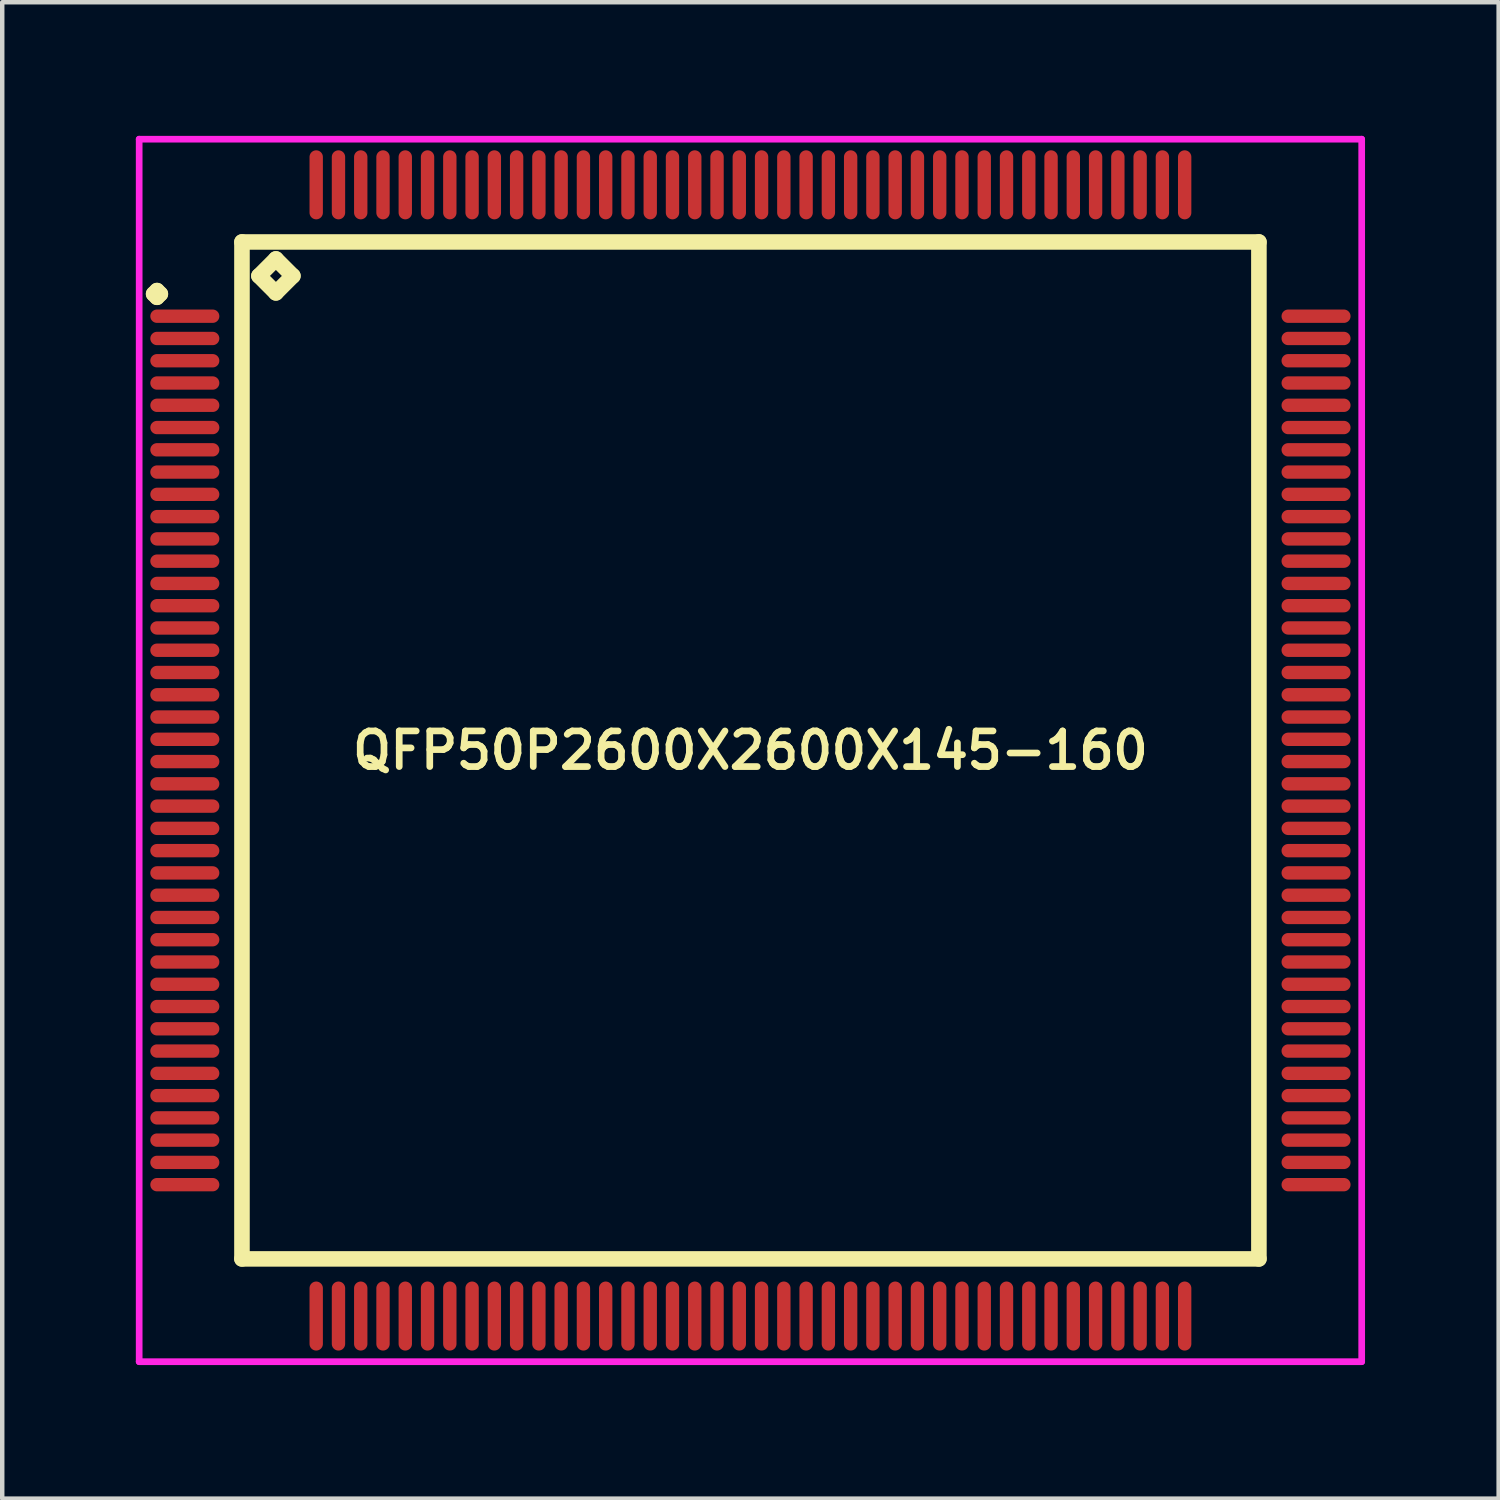
<source format=kicad_pcb>
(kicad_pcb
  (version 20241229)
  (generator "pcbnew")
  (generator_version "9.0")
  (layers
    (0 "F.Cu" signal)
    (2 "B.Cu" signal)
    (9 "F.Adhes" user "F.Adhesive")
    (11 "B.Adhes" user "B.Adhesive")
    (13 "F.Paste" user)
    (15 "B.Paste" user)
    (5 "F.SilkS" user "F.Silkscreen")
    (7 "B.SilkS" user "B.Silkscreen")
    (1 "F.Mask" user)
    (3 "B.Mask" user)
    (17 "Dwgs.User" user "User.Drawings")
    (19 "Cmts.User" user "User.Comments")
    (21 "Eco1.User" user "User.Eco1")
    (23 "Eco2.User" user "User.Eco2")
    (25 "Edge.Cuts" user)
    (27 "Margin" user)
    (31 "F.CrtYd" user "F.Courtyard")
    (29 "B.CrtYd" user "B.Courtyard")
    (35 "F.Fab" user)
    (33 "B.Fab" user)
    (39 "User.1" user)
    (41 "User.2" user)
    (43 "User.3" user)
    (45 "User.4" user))
  (footprint "QFP50P2600X2600X145-160"
    (layer "F.Cu")
    (at 13.8 13.8)
    (property "Reference" "QFP50P2600X2600X145-160" (at 0 0 0) (layer "F.SilkS") (effects (font (size 0.8 0.8) (thickness 0.15))))
    (attr smd)
    (fp_line (start -13.4 -10.25) (end -13.325 -10.325) (stroke (width 0.35) (type solid)) (layer "F.SilkS"))
    (fp_line (start -13.325 -10.325) (end -13.25 -10.25) (stroke (width 0.35) (type solid)) (layer "F.SilkS"))
    (fp_line (start -13.325 -10.175) (end -13.4 -10.25) (stroke (width 0.35) (type solid)) (layer "F.SilkS"))
    (fp_line (start -13.25 -10.25) (end -13.325 -10.175) (stroke (width 0.35) (type solid)) (layer "F.SilkS"))
    (fp_line (start -11.417 -11.417) (end -11.417 11.417) (stroke (width 0.35) (type solid)) (layer "F.SilkS"))
    (fp_line (start -11.417 11.417) (end 11.417 11.417) (stroke (width 0.35) (type solid)) (layer "F.SilkS"))
    (fp_line (start -11.036 -10.655) (end -10.655 -11.036) (stroke (width 0.35) (type solid)) (layer "F.SilkS"))
    (fp_line (start -10.655 -11.036) (end -10.274 -10.655) (stroke (width 0.35) (type solid)) (layer "F.SilkS"))
    (fp_line (start -10.655 -10.274) (end -11.036 -10.655) (stroke (width 0.35) (type solid)) (layer "F.SilkS"))
    (fp_line (start -10.274 -10.655) (end -10.655 -10.274) (stroke (width 0.35) (type solid)) (layer "F.SilkS"))
    (fp_line (start 11.417 -11.417) (end -11.417 -11.417) (stroke (width 0.35) (type solid)) (layer "F.SilkS"))
    (fp_line (start 11.417 11.417) (end 11.417 -11.417) (stroke (width 0.35) (type solid)) (layer "F.SilkS"))
    (fp_line (start -13.725 -13.725) (end 13.725 -13.725) (stroke (width 0.15) (type solid)) (layer "F.CrtYd"))
    (fp_line (start -13.725 13.725) (end -13.725 -13.725) (stroke (width 0.15) (type solid)) (layer "F.CrtYd"))
    (fp_line (start 13.725 -13.725) (end 13.725 13.725) (stroke (width 0.15) (type solid)) (layer "F.CrtYd"))
    (fp_line (start 13.725 13.725) (end -13.725 13.725) (stroke (width 0.15) (type solid)) (layer "F.CrtYd"))
    (pad "1" smd oval (at -12.7 -9.75) (size 1.55 0.3) (layers "F.Cu" "F.Mask" "F.Paste"))
    (pad "2" smd oval (at -12.7 -9.25) (size 1.55 0.3) (layers "F.Cu" "F.Mask" "F.Paste"))
    (pad "3" smd oval (at -12.7 -8.75) (size 1.55 0.3) (layers "F.Cu" "F.Mask" "F.Paste"))
    (pad "4" smd oval (at -12.7 -8.25) (size 1.55 0.3) (layers "F.Cu" "F.Mask" "F.Paste"))
    (pad "5" smd oval (at -12.7 -7.75) (size 1.55 0.3) (layers "F.Cu" "F.Mask" "F.Paste"))
    (pad "6" smd oval (at -12.7 -7.25) (size 1.55 0.3) (layers "F.Cu" "F.Mask" "F.Paste"))
    (pad "7" smd oval (at -12.7 -6.75) (size 1.55 0.3) (layers "F.Cu" "F.Mask" "F.Paste"))
    (pad "8" smd oval (at -12.7 -6.25) (size 1.55 0.3) (layers "F.Cu" "F.Mask" "F.Paste"))
    (pad "9" smd oval (at -12.7 -5.75) (size 1.55 0.3) (layers "F.Cu" "F.Mask" "F.Paste"))
    (pad "10" smd oval (at -12.7 -5.25) (size 1.55 0.3) (layers "F.Cu" "F.Mask" "F.Paste"))
    (pad "11" smd oval (at -12.7 -4.75) (size 1.55 0.3) (layers "F.Cu" "F.Mask" "F.Paste"))
    (pad "12" smd oval (at -12.7 -4.25) (size 1.55 0.3) (layers "F.Cu" "F.Mask" "F.Paste"))
    (pad "13" smd oval (at -12.7 -3.75) (size 1.55 0.3) (layers "F.Cu" "F.Mask" "F.Paste"))
    (pad "14" smd oval (at -12.7 -3.25) (size 1.55 0.3) (layers "F.Cu" "F.Mask" "F.Paste"))
    (pad "15" smd oval (at -12.7 -2.75) (size 1.55 0.3) (layers "F.Cu" "F.Mask" "F.Paste"))
    (pad "16" smd oval (at -12.7 -2.25) (size 1.55 0.3) (layers "F.Cu" "F.Mask" "F.Paste"))
    (pad "17" smd oval (at -12.7 -1.75) (size 1.55 0.3) (layers "F.Cu" "F.Mask" "F.Paste"))
    (pad "18" smd oval (at -12.7 -1.25) (size 1.55 0.3) (layers "F.Cu" "F.Mask" "F.Paste"))
    (pad "19" smd oval (at -12.7 -0.75) (size 1.55 0.3) (layers "F.Cu" "F.Mask" "F.Paste"))
    (pad "20" smd oval (at -12.7 -0.25) (size 1.55 0.3) (layers "F.Cu" "F.Mask" "F.Paste"))
    (pad "21" smd oval (at -12.7 0.25) (size 1.55 0.3) (layers "F.Cu" "F.Mask" "F.Paste"))
    (pad "22" smd oval (at -12.7 0.75) (size 1.55 0.3) (layers "F.Cu" "F.Mask" "F.Paste"))
    (pad "23" smd oval (at -12.7 1.25) (size 1.55 0.3) (layers "F.Cu" "F.Mask" "F.Paste"))
    (pad "24" smd oval (at -12.7 1.75) (size 1.55 0.3) (layers "F.Cu" "F.Mask" "F.Paste"))
    (pad "25" smd oval (at -12.7 2.25) (size 1.55 0.3) (layers "F.Cu" "F.Mask" "F.Paste"))
    (pad "26" smd oval (at -12.7 2.75) (size 1.55 0.3) (layers "F.Cu" "F.Mask" "F.Paste"))
    (pad "27" smd oval (at -12.7 3.25) (size 1.55 0.3) (layers "F.Cu" "F.Mask" "F.Paste"))
    (pad "28" smd oval (at -12.7 3.75) (size 1.55 0.3) (layers "F.Cu" "F.Mask" "F.Paste"))
    (pad "29" smd oval (at -12.7 4.25) (size 1.55 0.3) (layers "F.Cu" "F.Mask" "F.Paste"))
    (pad "30" smd oval (at -12.7 4.75) (size 1.55 0.3) (layers "F.Cu" "F.Mask" "F.Paste"))
    (pad "31" smd oval (at -12.7 5.25) (size 1.55 0.3) (layers "F.Cu" "F.Mask" "F.Paste"))
    (pad "32" smd oval (at -12.7 5.75) (size 1.55 0.3) (layers "F.Cu" "F.Mask" "F.Paste"))
    (pad "33" smd oval (at -12.7 6.25) (size 1.55 0.3) (layers "F.Cu" "F.Mask" "F.Paste"))
    (pad "34" smd oval (at -12.7 6.75) (size 1.55 0.3) (layers "F.Cu" "F.Mask" "F.Paste"))
    (pad "35" smd oval (at -12.7 7.25) (size 1.55 0.3) (layers "F.Cu" "F.Mask" "F.Paste"))
    (pad "36" smd oval (at -12.7 7.75) (size 1.55 0.3) (layers "F.Cu" "F.Mask" "F.Paste"))
    (pad "37" smd oval (at -12.7 8.25) (size 1.55 0.3) (layers "F.Cu" "F.Mask" "F.Paste"))
    (pad "38" smd oval (at -12.7 8.75) (size 1.55 0.3) (layers "F.Cu" "F.Mask" "F.Paste"))
    (pad "39" smd oval (at -12.7 9.25) (size 1.55 0.3) (layers "F.Cu" "F.Mask" "F.Paste"))
    (pad "40" smd oval (at -12.7 9.75) (size 1.55 0.3) (layers "F.Cu" "F.Mask" "F.Paste"))
    (pad "41" smd oval (at -9.75 12.7) (size 0.3 1.55) (layers "F.Cu" "F.Mask" "F.Paste"))
    (pad "42" smd oval (at -9.25 12.7) (size 0.3 1.55) (layers "F.Cu" "F.Mask" "F.Paste"))
    (pad "43" smd oval (at -8.75 12.7) (size 0.3 1.55) (layers "F.Cu" "F.Mask" "F.Paste"))
    (pad "44" smd oval (at -8.25 12.7) (size 0.3 1.55) (layers "F.Cu" "F.Mask" "F.Paste"))
    (pad "45" smd oval (at -7.75 12.7) (size 0.3 1.55) (layers "F.Cu" "F.Mask" "F.Paste"))
    (pad "46" smd oval (at -7.25 12.7) (size 0.3 1.55) (layers "F.Cu" "F.Mask" "F.Paste"))
    (pad "47" smd oval (at -6.75 12.7) (size 0.3 1.55) (layers "F.Cu" "F.Mask" "F.Paste"))
    (pad "48" smd oval (at -6.25 12.7) (size 0.3 1.55) (layers "F.Cu" "F.Mask" "F.Paste"))
    (pad "49" smd oval (at -5.75 12.7) (size 0.3 1.55) (layers "F.Cu" "F.Mask" "F.Paste"))
    (pad "50" smd oval (at -5.25 12.7) (size 0.3 1.55) (layers "F.Cu" "F.Mask" "F.Paste"))
    (pad "51" smd oval (at -4.75 12.7) (size 0.3 1.55) (layers "F.Cu" "F.Mask" "F.Paste"))
    (pad "52" smd oval (at -4.25 12.7) (size 0.3 1.55) (layers "F.Cu" "F.Mask" "F.Paste"))
    (pad "53" smd oval (at -3.75 12.7) (size 0.3 1.55) (layers "F.Cu" "F.Mask" "F.Paste"))
    (pad "54" smd oval (at -3.25 12.7) (size 0.3 1.55) (layers "F.Cu" "F.Mask" "F.Paste"))
    (pad "55" smd oval (at -2.75 12.7) (size 0.3 1.55) (layers "F.Cu" "F.Mask" "F.Paste"))
    (pad "56" smd oval (at -2.25 12.7) (size 0.3 1.55) (layers "F.Cu" "F.Mask" "F.Paste"))
    (pad "57" smd oval (at -1.75 12.7) (size 0.3 1.55) (layers "F.Cu" "F.Mask" "F.Paste"))
    (pad "58" smd oval (at -1.25 12.7) (size 0.3 1.55) (layers "F.Cu" "F.Mask" "F.Paste"))
    (pad "59" smd oval (at -0.75 12.7) (size 0.3 1.55) (layers "F.Cu" "F.Mask" "F.Paste"))
    (pad "60" smd oval (at -0.25 12.7) (size 0.3 1.55) (layers "F.Cu" "F.Mask" "F.Paste"))
    (pad "61" smd oval (at 0.25 12.7) (size 0.3 1.55) (layers "F.Cu" "F.Mask" "F.Paste"))
    (pad "62" smd oval (at 0.75 12.7) (size 0.3 1.55) (layers "F.Cu" "F.Mask" "F.Paste"))
    (pad "63" smd oval (at 1.25 12.7) (size 0.3 1.55) (layers "F.Cu" "F.Mask" "F.Paste"))
    (pad "64" smd oval (at 1.75 12.7) (size 0.3 1.55) (layers "F.Cu" "F.Mask" "F.Paste"))
    (pad "65" smd oval (at 2.25 12.7) (size 0.3 1.55) (layers "F.Cu" "F.Mask" "F.Paste"))
    (pad "66" smd oval (at 2.75 12.7) (size 0.3 1.55) (layers "F.Cu" "F.Mask" "F.Paste"))
    (pad "67" smd oval (at 3.25 12.7) (size 0.3 1.55) (layers "F.Cu" "F.Mask" "F.Paste"))
    (pad "68" smd oval (at 3.75 12.7) (size 0.3 1.55) (layers "F.Cu" "F.Mask" "F.Paste"))
    (pad "69" smd oval (at 4.25 12.7) (size 0.3 1.55) (layers "F.Cu" "F.Mask" "F.Paste"))
    (pad "70" smd oval (at 4.75 12.7) (size 0.3 1.55) (layers "F.Cu" "F.Mask" "F.Paste"))
    (pad "71" smd oval (at 5.25 12.7) (size 0.3 1.55) (layers "F.Cu" "F.Mask" "F.Paste"))
    (pad "72" smd oval (at 5.75 12.7) (size 0.3 1.55) (layers "F.Cu" "F.Mask" "F.Paste"))
    (pad "73" smd oval (at 6.25 12.7) (size 0.3 1.55) (layers "F.Cu" "F.Mask" "F.Paste"))
    (pad "74" smd oval (at 6.75 12.7) (size 0.3 1.55) (layers "F.Cu" "F.Mask" "F.Paste"))
    (pad "75" smd oval (at 7.25 12.7) (size 0.3 1.55) (layers "F.Cu" "F.Mask" "F.Paste"))
    (pad "76" smd oval (at 7.75 12.7) (size 0.3 1.55) (layers "F.Cu" "F.Mask" "F.Paste"))
    (pad "77" smd oval (at 8.25 12.7) (size 0.3 1.55) (layers "F.Cu" "F.Mask" "F.Paste"))
    (pad "78" smd oval (at 8.75 12.7) (size 0.3 1.55) (layers "F.Cu" "F.Mask" "F.Paste"))
    (pad "79" smd oval (at 9.25 12.7) (size 0.3 1.55) (layers "F.Cu" "F.Mask" "F.Paste"))
    (pad "80" smd oval (at 9.75 12.7) (size 0.3 1.55) (layers "F.Cu" "F.Mask" "F.Paste"))
    (pad "81" smd oval (at 12.7 9.75) (size 1.55 0.3) (layers "F.Cu" "F.Mask" "F.Paste"))
    (pad "82" smd oval (at 12.7 9.25) (size 1.55 0.3) (layers "F.Cu" "F.Mask" "F.Paste"))
    (pad "83" smd oval (at 12.7 8.75) (size 1.55 0.3) (layers "F.Cu" "F.Mask" "F.Paste"))
    (pad "84" smd oval (at 12.7 8.25) (size 1.55 0.3) (layers "F.Cu" "F.Mask" "F.Paste"))
    (pad "85" smd oval (at 12.7 7.75) (size 1.55 0.3) (layers "F.Cu" "F.Mask" "F.Paste"))
    (pad "86" smd oval (at 12.7 7.25) (size 1.55 0.3) (layers "F.Cu" "F.Mask" "F.Paste"))
    (pad "87" smd oval (at 12.7 6.75) (size 1.55 0.3) (layers "F.Cu" "F.Mask" "F.Paste"))
    (pad "88" smd oval (at 12.7 6.25) (size 1.55 0.3) (layers "F.Cu" "F.Mask" "F.Paste"))
    (pad "89" smd oval (at 12.7 5.75) (size 1.55 0.3) (layers "F.Cu" "F.Mask" "F.Paste"))
    (pad "90" smd oval (at 12.7 5.25) (size 1.55 0.3) (layers "F.Cu" "F.Mask" "F.Paste"))
    (pad "91" smd oval (at 12.7 4.75) (size 1.55 0.3) (layers "F.Cu" "F.Mask" "F.Paste"))
    (pad "92" smd oval (at 12.7 4.25) (size 1.55 0.3) (layers "F.Cu" "F.Mask" "F.Paste"))
    (pad "93" smd oval (at 12.7 3.75) (size 1.55 0.3) (layers "F.Cu" "F.Mask" "F.Paste"))
    (pad "94" smd oval (at 12.7 3.25) (size 1.55 0.3) (layers "F.Cu" "F.Mask" "F.Paste"))
    (pad "95" smd oval (at 12.7 2.75) (size 1.55 0.3) (layers "F.Cu" "F.Mask" "F.Paste"))
    (pad "96" smd oval (at 12.7 2.25) (size 1.55 0.3) (layers "F.Cu" "F.Mask" "F.Paste"))
    (pad "97" smd oval (at 12.7 1.75) (size 1.55 0.3) (layers "F.Cu" "F.Mask" "F.Paste"))
    (pad "98" smd oval (at 12.7 1.25) (size 1.55 0.3) (layers "F.Cu" "F.Mask" "F.Paste"))
    (pad "99" smd oval (at 12.7 0.75) (size 1.55 0.3) (layers "F.Cu" "F.Mask" "F.Paste"))
    (pad "100" smd oval (at 12.7 0.25) (size 1.55 0.3) (layers "F.Cu" "F.Mask" "F.Paste"))
    (pad "101" smd oval (at 12.7 -0.25) (size 1.55 0.3) (layers "F.Cu" "F.Mask" "F.Paste"))
    (pad "102" smd oval (at 12.7 -0.75) (size 1.55 0.3) (layers "F.Cu" "F.Mask" "F.Paste"))
    (pad "103" smd oval (at 12.7 -1.25) (size 1.55 0.3) (layers "F.Cu" "F.Mask" "F.Paste"))
    (pad "104" smd oval (at 12.7 -1.75) (size 1.55 0.3) (layers "F.Cu" "F.Mask" "F.Paste"))
    (pad "105" smd oval (at 12.7 -2.25) (size 1.55 0.3) (layers "F.Cu" "F.Mask" "F.Paste"))
    (pad "106" smd oval (at 12.7 -2.75) (size 1.55 0.3) (layers "F.Cu" "F.Mask" "F.Paste"))
    (pad "107" smd oval (at 12.7 -3.25) (size 1.55 0.3) (layers "F.Cu" "F.Mask" "F.Paste"))
    (pad "108" smd oval (at 12.7 -3.75) (size 1.55 0.3) (layers "F.Cu" "F.Mask" "F.Paste"))
    (pad "109" smd oval (at 12.7 -4.25) (size 1.55 0.3) (layers "F.Cu" "F.Mask" "F.Paste"))
    (pad "110" smd oval (at 12.7 -4.75) (size 1.55 0.3) (layers "F.Cu" "F.Mask" "F.Paste"))
    (pad "111" smd oval (at 12.7 -5.25) (size 1.55 0.3) (layers "F.Cu" "F.Mask" "F.Paste"))
    (pad "112" smd oval (at 12.7 -5.75) (size 1.55 0.3) (layers "F.Cu" "F.Mask" "F.Paste"))
    (pad "113" smd oval (at 12.7 -6.25) (size 1.55 0.3) (layers "F.Cu" "F.Mask" "F.Paste"))
    (pad "114" smd oval (at 12.7 -6.75) (size 1.55 0.3) (layers "F.Cu" "F.Mask" "F.Paste"))
    (pad "115" smd oval (at 12.7 -7.25) (size 1.55 0.3) (layers "F.Cu" "F.Mask" "F.Paste"))
    (pad "116" smd oval (at 12.7 -7.75) (size 1.55 0.3) (layers "F.Cu" "F.Mask" "F.Paste"))
    (pad "117" smd oval (at 12.7 -8.25) (size 1.55 0.3) (layers "F.Cu" "F.Mask" "F.Paste"))
    (pad "118" smd oval (at 12.7 -8.75) (size 1.55 0.3) (layers "F.Cu" "F.Mask" "F.Paste"))
    (pad "119" smd oval (at 12.7 -9.25) (size 1.55 0.3) (layers "F.Cu" "F.Mask" "F.Paste"))
    (pad "120" smd oval (at 12.7 -9.75) (size 1.55 0.3) (layers "F.Cu" "F.Mask" "F.Paste"))
    (pad "121" smd oval (at 9.75 -12.7) (size 0.3 1.55) (layers "F.Cu" "F.Mask" "F.Paste"))
    (pad "122" smd oval (at 9.25 -12.7) (size 0.3 1.55) (layers "F.Cu" "F.Mask" "F.Paste"))
    (pad "123" smd oval (at 8.75 -12.7) (size 0.3 1.55) (layers "F.Cu" "F.Mask" "F.Paste"))
    (pad "124" smd oval (at 8.25 -12.7) (size 0.3 1.55) (layers "F.Cu" "F.Mask" "F.Paste"))
    (pad "125" smd oval (at 7.75 -12.7) (size 0.3 1.55) (layers "F.Cu" "F.Mask" "F.Paste"))
    (pad "126" smd oval (at 7.25 -12.7) (size 0.3 1.55) (layers "F.Cu" "F.Mask" "F.Paste"))
    (pad "127" smd oval (at 6.75 -12.7) (size 0.3 1.55) (layers "F.Cu" "F.Mask" "F.Paste"))
    (pad "128" smd oval (at 6.25 -12.7) (size 0.3 1.55) (layers "F.Cu" "F.Mask" "F.Paste"))
    (pad "129" smd oval (at 5.75 -12.7) (size 0.3 1.55) (layers "F.Cu" "F.Mask" "F.Paste"))
    (pad "130" smd oval (at 5.25 -12.7) (size 0.3 1.55) (layers "F.Cu" "F.Mask" "F.Paste"))
    (pad "131" smd oval (at 4.75 -12.7) (size 0.3 1.55) (layers "F.Cu" "F.Mask" "F.Paste"))
    (pad "132" smd oval (at 4.25 -12.7) (size 0.3 1.55) (layers "F.Cu" "F.Mask" "F.Paste"))
    (pad "133" smd oval (at 3.75 -12.7) (size 0.3 1.55) (layers "F.Cu" "F.Mask" "F.Paste"))
    (pad "134" smd oval (at 3.25 -12.7) (size 0.3 1.55) (layers "F.Cu" "F.Mask" "F.Paste"))
    (pad "135" smd oval (at 2.75 -12.7) (size 0.3 1.55) (layers "F.Cu" "F.Mask" "F.Paste"))
    (pad "136" smd oval (at 2.25 -12.7) (size 0.3 1.55) (layers "F.Cu" "F.Mask" "F.Paste"))
    (pad "137" smd oval (at 1.75 -12.7) (size 0.3 1.55) (layers "F.Cu" "F.Mask" "F.Paste"))
    (pad "138" smd oval (at 1.25 -12.7) (size 0.3 1.55) (layers "F.Cu" "F.Mask" "F.Paste"))
    (pad "139" smd oval (at 0.75 -12.7) (size 0.3 1.55) (layers "F.Cu" "F.Mask" "F.Paste"))
    (pad "140" smd oval (at 0.25 -12.7) (size 0.3 1.55) (layers "F.Cu" "F.Mask" "F.Paste"))
    (pad "141" smd oval (at -0.25 -12.7) (size 0.3 1.55) (layers "F.Cu" "F.Mask" "F.Paste"))
    (pad "142" smd oval (at -0.75 -12.7) (size 0.3 1.55) (layers "F.Cu" "F.Mask" "F.Paste"))
    (pad "143" smd oval (at -1.25 -12.7) (size 0.3 1.55) (layers "F.Cu" "F.Mask" "F.Paste"))
    (pad "144" smd oval (at -1.75 -12.7) (size 0.3 1.55) (layers "F.Cu" "F.Mask" "F.Paste"))
    (pad "145" smd oval (at -2.25 -12.7) (size 0.3 1.55) (layers "F.Cu" "F.Mask" "F.Paste"))
    (pad "146" smd oval (at -2.75 -12.7) (size 0.3 1.55) (layers "F.Cu" "F.Mask" "F.Paste"))
    (pad "147" smd oval (at -3.25 -12.7) (size 0.3 1.55) (layers "F.Cu" "F.Mask" "F.Paste"))
    (pad "148" smd oval (at -3.75 -12.7) (size 0.3 1.55) (layers "F.Cu" "F.Mask" "F.Paste"))
    (pad "149" smd oval (at -4.25 -12.7) (size 0.3 1.55) (layers "F.Cu" "F.Mask" "F.Paste"))
    (pad "150" smd oval (at -4.75 -12.7) (size 0.3 1.55) (layers "F.Cu" "F.Mask" "F.Paste"))
    (pad "151" smd oval (at -5.25 -12.7) (size 0.3 1.55) (layers "F.Cu" "F.Mask" "F.Paste"))
    (pad "152" smd oval (at -5.75 -12.7) (size 0.3 1.55) (layers "F.Cu" "F.Mask" "F.Paste"))
    (pad "153" smd oval (at -6.25 -12.7) (size 0.3 1.55) (layers "F.Cu" "F.Mask" "F.Paste"))
    (pad "154" smd oval (at -6.75 -12.7) (size 0.3 1.55) (layers "F.Cu" "F.Mask" "F.Paste"))
    (pad "155" smd oval (at -7.25 -12.7) (size 0.3 1.55) (layers "F.Cu" "F.Mask" "F.Paste"))
    (pad "156" smd oval (at -7.75 -12.7) (size 0.3 1.55) (layers "F.Cu" "F.Mask" "F.Paste"))
    (pad "157" smd oval (at -8.25 -12.7) (size 0.3 1.55) (layers "F.Cu" "F.Mask" "F.Paste"))
    (pad "158" smd oval (at -8.75 -12.7) (size 0.3 1.55) (layers "F.Cu" "F.Mask" "F.Paste"))
    (pad "159" smd oval (at -9.25 -12.7) (size 0.3 1.55) (layers "F.Cu" "F.Mask" "F.Paste"))
    (pad "160" smd oval (at -9.75 -12.7) (size 0.3 1.55) (layers "F.Cu" "F.Mask" "F.Paste")))
  (gr_rect
    (start -3 -3)
    (end 30.6 30.6)
    (stroke (width 0.1) (type default))
    (fill no)
    (layer "Edge.Cuts")))
</source>
